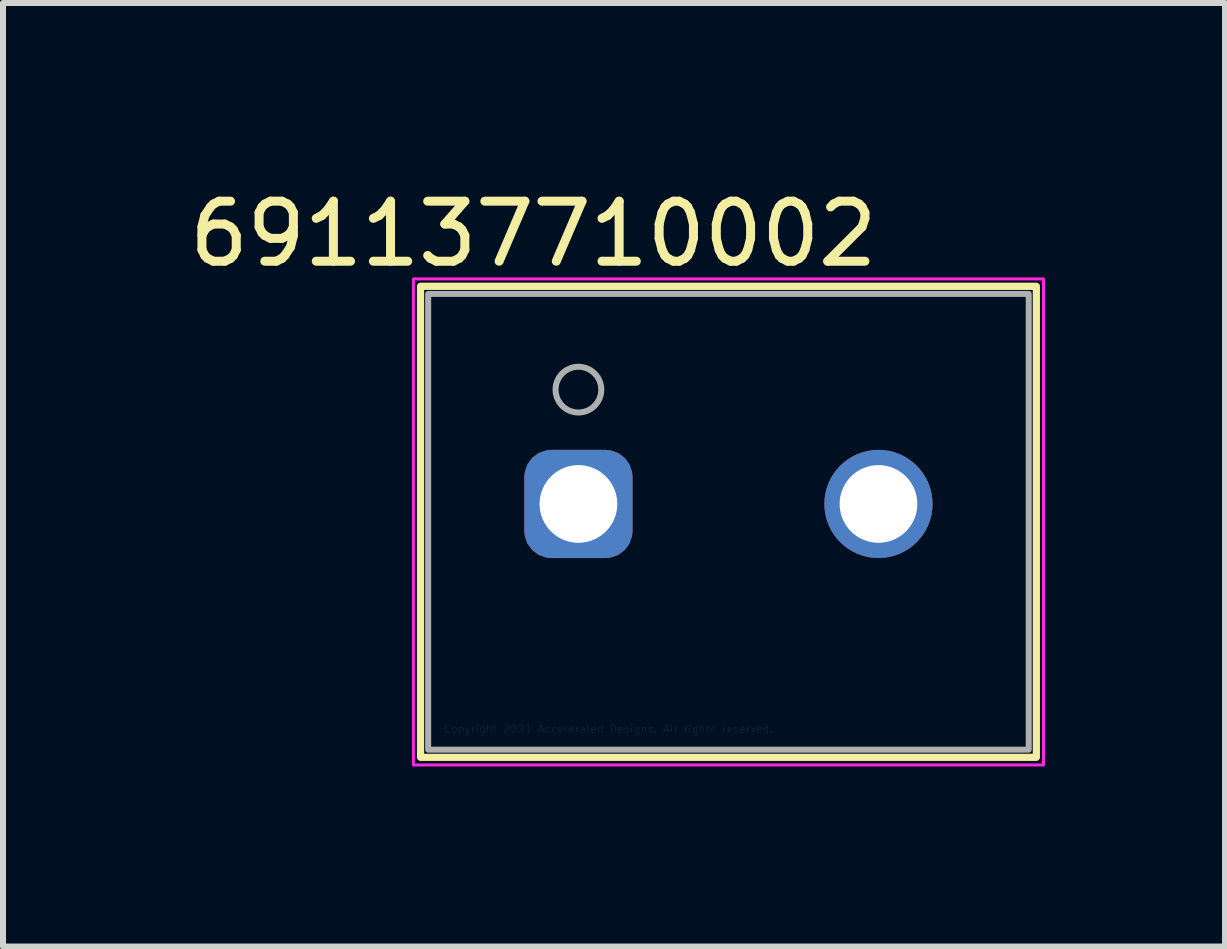
<source format=kicad_pcb>
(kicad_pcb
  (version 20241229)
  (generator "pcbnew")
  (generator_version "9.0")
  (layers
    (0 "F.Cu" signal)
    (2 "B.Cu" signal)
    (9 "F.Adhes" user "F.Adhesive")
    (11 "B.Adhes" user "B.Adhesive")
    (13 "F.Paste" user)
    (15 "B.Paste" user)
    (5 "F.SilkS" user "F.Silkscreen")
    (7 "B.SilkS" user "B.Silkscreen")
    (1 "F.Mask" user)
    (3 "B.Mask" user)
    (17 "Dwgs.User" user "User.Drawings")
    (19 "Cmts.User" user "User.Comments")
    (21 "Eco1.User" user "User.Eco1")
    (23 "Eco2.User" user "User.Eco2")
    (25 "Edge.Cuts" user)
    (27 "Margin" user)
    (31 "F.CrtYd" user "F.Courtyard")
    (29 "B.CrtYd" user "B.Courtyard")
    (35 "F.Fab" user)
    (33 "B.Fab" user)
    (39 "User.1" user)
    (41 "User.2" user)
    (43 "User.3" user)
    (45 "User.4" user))
  (footprint "691137710002"
    (layer "F.Cu")
    (at 6.589 5.348)
    (property "Reference" "691137710002" (at -0.75 -4.5 0) (layer "F.SilkS") (effects (font (size 1 1) (thickness 0.15))))
    (attr through_hole)
    (fp_rect (start -2.631 -3.627) (end 7.631 4.222) (stroke (width 0.12) (type solid)) (fill no) (layer "F.SilkS"))
    (fp_rect (start 7.75 4.35) (end -2.75 -3.75) (stroke (width 0.05) (type solid)) (fill no) (layer "F.CrtYd"))
    (fp_rect (start -2.504 -3.5) (end 7.504 4.095) (stroke (width 0.1) (type solid)) (fill no) (layer "F.Fab"))
    (fp_circle (center 0 -1.905) (end 0.381 -1.905) (stroke (width 0.1) (type solid)) (fill no) (layer "F.Fab"))
    (fp_text user "Copyright 2021 Accelerated Designs. All rights reserved." (at 0.5 3.75 0) (layer "Cmts.User") (effects (font (size 0.127 0.127) (thickness 0.002))))
    (pad "1" thru_hole roundrect (at 0 0) (size 1.803 1.803) (drill 1.295) (layers "*.Cu" "*.Mask") (roundrect_rratio 0.25))
    (pad "2" thru_hole circle (at 5 0) (size 1.803 1.803) (drill 1.295) (layers "*.Cu" "*.Mask")))
  (gr_rect
    (start -3 -3)
    (end 17.364 12.723)
    (stroke (width 0.1) (type default))
    (fill no)
    (layer "Edge.Cuts")))
</source>
